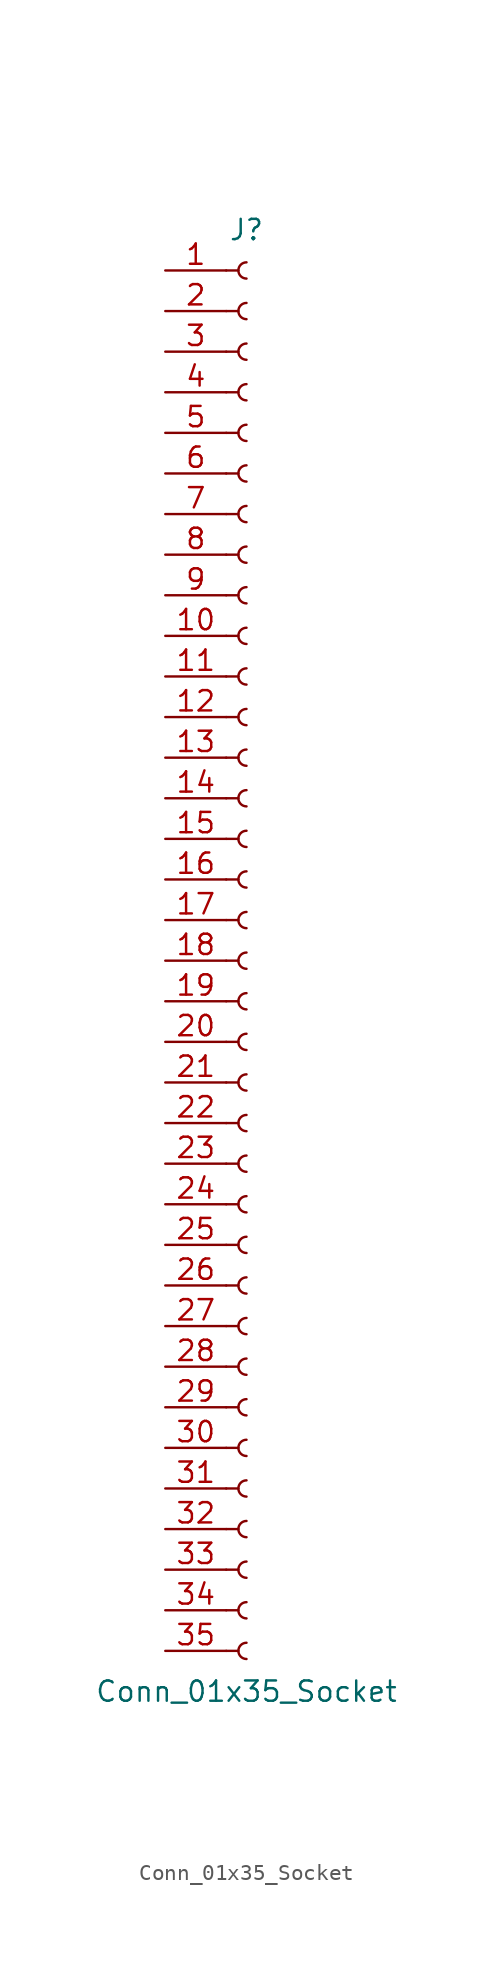
<source format=kicad_sym>
(kicad_symbol_lib
  (version 20241209)
  (generator "kicad_symbol_editor")
  (generator_version "9.0")
  (symbol "Conn_01x35_Socket"
    (pin_names
      (offset 1.016)
      (hide yes))
    (property "Reference" "J"
      (at 0 45.72 0)
      (effects (font (size 1.27 1.27))))
    (property "Value" "Conn_01x35_Socket"
      (at 0 -45.72 0)
      (effects (font (size 1.27 1.27))))
    (property "ki_locked" ""
      (at 0 0 0)
      (effects (font (size 1.27 1.27))))
    (symbol "Conn_01x35_Socket_1_1"
      (polyline (pts (xy -1.27 43.18) (xy -0.508 43.18)) (stroke (width 0.152) (type default)) (fill (type none)))
      (polyline (pts (xy -1.27 40.64) (xy -0.508 40.64)) (stroke (width 0.152) (type default)) (fill (type none)))
      (polyline (pts (xy -1.27 38.1) (xy -0.508 38.1)) (stroke (width 0.152) (type default)) (fill (type none)))
      (polyline (pts (xy -1.27 35.56) (xy -0.508 35.56)) (stroke (width 0.152) (type default)) (fill (type none)))
      (polyline (pts (xy -1.27 33.02) (xy -0.508 33.02)) (stroke (width 0.152) (type default)) (fill (type none)))
      (polyline (pts (xy -1.27 30.48) (xy -0.508 30.48)) (stroke (width 0.152) (type default)) (fill (type none)))
      (polyline (pts (xy -1.27 27.94) (xy -0.508 27.94)) (stroke (width 0.152) (type default)) (fill (type none)))
      (polyline (pts (xy -1.27 25.4) (xy -0.508 25.4)) (stroke (width 0.152) (type default)) (fill (type none)))
      (polyline (pts (xy -1.27 22.86) (xy -0.508 22.86)) (stroke (width 0.152) (type default)) (fill (type none)))
      (polyline (pts (xy -1.27 20.32) (xy -0.508 20.32)) (stroke (width 0.152) (type default)) (fill (type none)))
      (polyline (pts (xy -1.27 17.78) (xy -0.508 17.78)) (stroke (width 0.152) (type default)) (fill (type none)))
      (polyline (pts (xy -1.27 15.24) (xy -0.508 15.24)) (stroke (width 0.152) (type default)) (fill (type none)))
      (polyline (pts (xy -1.27 12.7) (xy -0.508 12.7)) (stroke (width 0.152) (type default)) (fill (type none)))
      (polyline (pts (xy -1.27 10.16) (xy -0.508 10.16)) (stroke (width 0.152) (type default)) (fill (type none)))
      (polyline (pts (xy -1.27 7.62) (xy -0.508 7.62)) (stroke (width 0.152) (type default)) (fill (type none)))
      (polyline (pts (xy -1.27 5.08) (xy -0.508 5.08)) (stroke (width 0.152) (type default)) (fill (type none)))
      (polyline (pts (xy -1.27 2.54) (xy -0.508 2.54)) (stroke (width 0.152) (type default)) (fill (type none)))
      (polyline (pts (xy -1.27 0) (xy -0.508 0)) (stroke (width 0.152) (type default)) (fill (type none)))
      (polyline (pts (xy -1.27 -2.54) (xy -0.508 -2.54)) (stroke (width 0.152) (type default)) (fill (type none)))
      (polyline (pts (xy -1.27 -5.08) (xy -0.508 -5.08)) (stroke (width 0.152) (type default)) (fill (type none)))
      (polyline (pts (xy -1.27 -7.62) (xy -0.508 -7.62)) (stroke (width 0.152) (type default)) (fill (type none)))
      (polyline (pts (xy -1.27 -10.16) (xy -0.508 -10.16)) (stroke (width 0.152) (type default)) (fill (type none)))
      (polyline (pts (xy -1.27 -12.7) (xy -0.508 -12.7)) (stroke (width 0.152) (type default)) (fill (type none)))
      (polyline (pts (xy -1.27 -15.24) (xy -0.508 -15.24)) (stroke (width 0.152) (type default)) (fill (type none)))
      (polyline (pts (xy -1.27 -17.78) (xy -0.508 -17.78)) (stroke (width 0.152) (type default)) (fill (type none)))
      (polyline (pts (xy -1.27 -20.32) (xy -0.508 -20.32)) (stroke (width 0.152) (type default)) (fill (type none)))
      (polyline (pts (xy -1.27 -22.86) (xy -0.508 -22.86)) (stroke (width 0.152) (type default)) (fill (type none)))
      (polyline (pts (xy -1.27 -25.4) (xy -0.508 -25.4)) (stroke (width 0.152) (type default)) (fill (type none)))
      (polyline (pts (xy -1.27 -27.94) (xy -0.508 -27.94)) (stroke (width 0.152) (type default)) (fill (type none)))
      (polyline (pts (xy -1.27 -30.48) (xy -0.508 -30.48)) (stroke (width 0.152) (type default)) (fill (type none)))
      (polyline (pts (xy -1.27 -33.02) (xy -0.508 -33.02)) (stroke (width 0.152) (type default)) (fill (type none)))
      (polyline (pts (xy -1.27 -35.56) (xy -0.508 -35.56)) (stroke (width 0.152) (type default)) (fill (type none)))
      (polyline (pts (xy -1.27 -38.1) (xy -0.508 -38.1)) (stroke (width 0.152) (type default)) (fill (type none)))
      (polyline (pts (xy -1.27 -40.64) (xy -0.508 -40.64)) (stroke (width 0.152) (type default)) (fill (type none)))
      (polyline (pts (xy -1.27 -43.18) (xy -0.508 -43.18)) (stroke (width 0.152) (type default)) (fill (type none)))
      (arc (start 0 42.672) (mid -0.5058 43.18) (end 0 43.688) (stroke (width 0.1524) (type default)) (fill (type none)))
      (arc (start 0 40.132) (mid -0.5058 40.64) (end 0 41.148) (stroke (width 0.1524) (type default)) (fill (type none)))
      (arc (start 0 37.592) (mid -0.5058 38.1) (end 0 38.608) (stroke (width 0.1524) (type default)) (fill (type none)))
      (arc (start 0 35.052) (mid -0.5058 35.56) (end 0 36.068) (stroke (width 0.1524) (type default)) (fill (type none)))
      (arc (start 0 32.512) (mid -0.5058 33.02) (end 0 33.528) (stroke (width 0.1524) (type default)) (fill (type none)))
      (arc (start 0 29.972) (mid -0.5058 30.48) (end 0 30.988) (stroke (width 0.1524) (type default)) (fill (type none)))
      (arc (start 0 27.432) (mid -0.5058 27.94) (end 0 28.448) (stroke (width 0.1524) (type default)) (fill (type none)))
      (arc (start 0 24.892) (mid -0.5058 25.4) (end 0 25.908) (stroke (width 0.1524) (type default)) (fill (type none)))
      (arc (start 0 22.352) (mid -0.5058 22.86) (end 0 23.368) (stroke (width 0.1524) (type default)) (fill (type none)))
      (arc (start 0 19.812) (mid -0.5058 20.32) (end 0 20.828) (stroke (width 0.1524) (type default)) (fill (type none)))
      (arc (start 0 17.272) (mid -0.5058 17.78) (end 0 18.288) (stroke (width 0.1524) (type default)) (fill (type none)))
      (arc (start 0 14.732) (mid -0.5058 15.24) (end 0 15.748) (stroke (width 0.1524) (type default)) (fill (type none)))
      (arc (start 0 12.192) (mid -0.5058 12.7) (end 0 13.208) (stroke (width 0.1524) (type default)) (fill (type none)))
      (arc (start 0 9.652) (mid -0.5058 10.16) (end 0 10.668) (stroke (width 0.1524) (type default)) (fill (type none)))
      (arc (start 0 7.112) (mid -0.5058 7.62) (end 0 8.128) (stroke (width 0.1524) (type default)) (fill (type none)))
      (arc (start 0 4.572) (mid -0.5058 5.08) (end 0 5.588) (stroke (width 0.1524) (type default)) (fill (type none)))
      (arc (start 0 2.032) (mid -0.5058 2.54) (end 0 3.048) (stroke (width 0.1524) (type default)) (fill (type none)))
      (arc (start 0 -0.508) (mid -0.5058 0) (end 0 0.508) (stroke (width 0.1524) (type default)) (fill (type none)))
      (arc (start 0 -3.048) (mid -0.5058 -2.54) (end 0 -2.032) (stroke (width 0.1524) (type default)) (fill (type none)))
      (arc (start 0 -5.588) (mid -0.5058 -5.08) (end 0 -4.572) (stroke (width 0.1524) (type default)) (fill (type none)))
      (arc (start 0 -8.128) (mid -0.5058 -7.62) (end 0 -7.112) (stroke (width 0.1524) (type default)) (fill (type none)))
      (arc (start 0 -10.668) (mid -0.5058 -10.16) (end 0 -9.652) (stroke (width 0.1524) (type default)) (fill (type none)))
      (arc (start 0 -13.208) (mid -0.5058 -12.7) (end 0 -12.192) (stroke (width 0.1524) (type default)) (fill (type none)))
      (arc (start 0 -15.748) (mid -0.5058 -15.24) (end 0 -14.732) (stroke (width 0.1524) (type default)) (fill (type none)))
      (arc (start 0 -18.288) (mid -0.5058 -17.78) (end 0 -17.272) (stroke (width 0.1524) (type default)) (fill (type none)))
      (arc (start 0 -20.828) (mid -0.5058 -20.32) (end 0 -19.812) (stroke (width 0.1524) (type default)) (fill (type none)))
      (arc (start 0 -23.368) (mid -0.5058 -22.86) (end 0 -22.352) (stroke (width 0.1524) (type default)) (fill (type none)))
      (arc (start 0 -25.908) (mid -0.5058 -25.4) (end 0 -24.892) (stroke (width 0.1524) (type default)) (fill (type none)))
      (arc (start 0 -28.448) (mid -0.5058 -27.94) (end 0 -27.432) (stroke (width 0.1524) (type default)) (fill (type none)))
      (arc (start 0 -30.988) (mid -0.5058 -30.48) (end 0 -29.972) (stroke (width 0.1524) (type default)) (fill (type none)))
      (arc (start 0 -33.528) (mid -0.5058 -33.02) (end 0 -32.512) (stroke (width 0.1524) (type default)) (fill (type none)))
      (arc (start 0 -36.068) (mid -0.5058 -35.56) (end 0 -35.052) (stroke (width 0.1524) (type default)) (fill (type none)))
      (arc (start 0 -38.608) (mid -0.5058 -38.1) (end 0 -37.592) (stroke (width 0.1524) (type default)) (fill (type none)))
      (arc (start 0 -41.148) (mid -0.5058 -40.64) (end 0 -40.132) (stroke (width 0.1524) (type default)) (fill (type none)))
      (arc (start 0 -43.688) (mid -0.5058 -43.18) (end 0 -42.672) (stroke (width 0.1524) (type default)) (fill (type none)))
      (pin passive line (at -5.08 43.18 0) (length 3.81) (name "Pin_1" (effects (font (size 1.27 1.27)))) (number "1" (effects (font (size 1.27 1.27)))))
      (pin passive line (at -5.08 40.64 0) (length 3.81) (name "Pin_2" (effects (font (size 1.27 1.27)))) (number "2" (effects (font (size 1.27 1.27)))))
      (pin passive line (at -5.08 38.1 0) (length 3.81) (name "Pin_3" (effects (font (size 1.27 1.27)))) (number "3" (effects (font (size 1.27 1.27)))))
      (pin passive line (at -5.08 35.56 0) (length 3.81) (name "Pin_4" (effects (font (size 1.27 1.27)))) (number "4" (effects (font (size 1.27 1.27)))))
      (pin passive line (at -5.08 33.02 0) (length 3.81) (name "Pin_5" (effects (font (size 1.27 1.27)))) (number "5" (effects (font (size 1.27 1.27)))))
      (pin passive line (at -5.08 30.48 0) (length 3.81) (name "Pin_6" (effects (font (size 1.27 1.27)))) (number "6" (effects (font (size 1.27 1.27)))))
      (pin passive line (at -5.08 27.94 0) (length 3.81) (name "Pin_7" (effects (font (size 1.27 1.27)))) (number "7" (effects (font (size 1.27 1.27)))))
      (pin passive line (at -5.08 25.4 0) (length 3.81) (name "Pin_8" (effects (font (size 1.27 1.27)))) (number "8" (effects (font (size 1.27 1.27)))))
      (pin passive line (at -5.08 22.86 0) (length 3.81) (name "Pin_9" (effects (font (size 1.27 1.27)))) (number "9" (effects (font (size 1.27 1.27)))))
      (pin passive line (at -5.08 20.32 0) (length 3.81) (name "Pin_10" (effects (font (size 1.27 1.27)))) (number "10" (effects (font (size 1.27 1.27)))))
      (pin passive line (at -5.08 17.78 0) (length 3.81) (name "Pin_11" (effects (font (size 1.27 1.27)))) (number "11" (effects (font (size 1.27 1.27)))))
      (pin passive line (at -5.08 15.24 0) (length 3.81) (name "Pin_12" (effects (font (size 1.27 1.27)))) (number "12" (effects (font (size 1.27 1.27)))))
      (pin passive line (at -5.08 12.7 0) (length 3.81) (name "Pin_13" (effects (font (size 1.27 1.27)))) (number "13" (effects (font (size 1.27 1.27)))))
      (pin passive line (at -5.08 10.16 0) (length 3.81) (name "Pin_14" (effects (font (size 1.27 1.27)))) (number "14" (effects (font (size 1.27 1.27)))))
      (pin passive line (at -5.08 7.62 0) (length 3.81) (name "Pin_15" (effects (font (size 1.27 1.27)))) (number "15" (effects (font (size 1.27 1.27)))))
      (pin passive line (at -5.08 5.08 0) (length 3.81) (name "Pin_16" (effects (font (size 1.27 1.27)))) (number "16" (effects (font (size 1.27 1.27)))))
      (pin passive line (at -5.08 2.54 0) (length 3.81) (name "Pin_17" (effects (font (size 1.27 1.27)))) (number "17" (effects (font (size 1.27 1.27)))))
      (pin passive line (at -5.08 0 0) (length 3.81) (name "Pin_18" (effects (font (size 1.27 1.27)))) (number "18" (effects (font (size 1.27 1.27)))))
      (pin passive line (at -5.08 -2.54 0) (length 3.81) (name "Pin_19" (effects (font (size 1.27 1.27)))) (number "19" (effects (font (size 1.27 1.27)))))
      (pin passive line (at -5.08 -5.08 0) (length 3.81) (name "Pin_20" (effects (font (size 1.27 1.27)))) (number "20" (effects (font (size 1.27 1.27)))))
      (pin passive line (at -5.08 -7.62 0) (length 3.81) (name "Pin_21" (effects (font (size 1.27 1.27)))) (number "21" (effects (font (size 1.27 1.27)))))
      (pin passive line (at -5.08 -10.16 0) (length 3.81) (name "Pin_22" (effects (font (size 1.27 1.27)))) (number "22" (effects (font (size 1.27 1.27)))))
      (pin passive line (at -5.08 -12.7 0) (length 3.81) (name "Pin_23" (effects (font (size 1.27 1.27)))) (number "23" (effects (font (size 1.27 1.27)))))
      (pin passive line (at -5.08 -15.24 0) (length 3.81) (name "Pin_24" (effects (font (size 1.27 1.27)))) (number "24" (effects (font (size 1.27 1.27)))))
      (pin passive line (at -5.08 -17.78 0) (length 3.81) (name "Pin_25" (effects (font (size 1.27 1.27)))) (number "25" (effects (font (size 1.27 1.27)))))
      (pin passive line (at -5.08 -20.32 0) (length 3.81) (name "Pin_26" (effects (font (size 1.27 1.27)))) (number "26" (effects (font (size 1.27 1.27)))))
      (pin passive line (at -5.08 -22.86 0) (length 3.81) (name "Pin_27" (effects (font (size 1.27 1.27)))) (number "27" (effects (font (size 1.27 1.27)))))
      (pin passive line (at -5.08 -25.4 0) (length 3.81) (name "Pin_28" (effects (font (size 1.27 1.27)))) (number "28" (effects (font (size 1.27 1.27)))))
      (pin passive line (at -5.08 -27.94 0) (length 3.81) (name "Pin_29" (effects (font (size 1.27 1.27)))) (number "29" (effects (font (size 1.27 1.27)))))
      (pin passive line (at -5.08 -30.48 0) (length 3.81) (name "Pin_30" (effects (font (size 1.27 1.27)))) (number "30" (effects (font (size 1.27 1.27)))))
      (pin passive line (at -5.08 -33.02 0) (length 3.81) (name "Pin_31" (effects (font (size 1.27 1.27)))) (number "31" (effects (font (size 1.27 1.27)))))
      (pin passive line (at -5.08 -35.56 0) (length 3.81) (name "Pin_32" (effects (font (size 1.27 1.27)))) (number "32" (effects (font (size 1.27 1.27)))))
      (pin passive line (at -5.08 -38.1 0) (length 3.81) (name "Pin_33" (effects (font (size 1.27 1.27)))) (number "33" (effects (font (size 1.27 1.27)))))
      (pin passive line (at -5.08 -40.64 0) (length 3.81) (name "Pin_34" (effects (font (size 1.27 1.27)))) (number "34" (effects (font (size 1.27 1.27)))))
      (pin passive line (at -5.08 -43.18 0) (length 3.81) (name "Pin_35" (effects (font (size 1.27 1.27)))) (number "35" (effects (font (size 1.27 1.27))))))))
</source>
